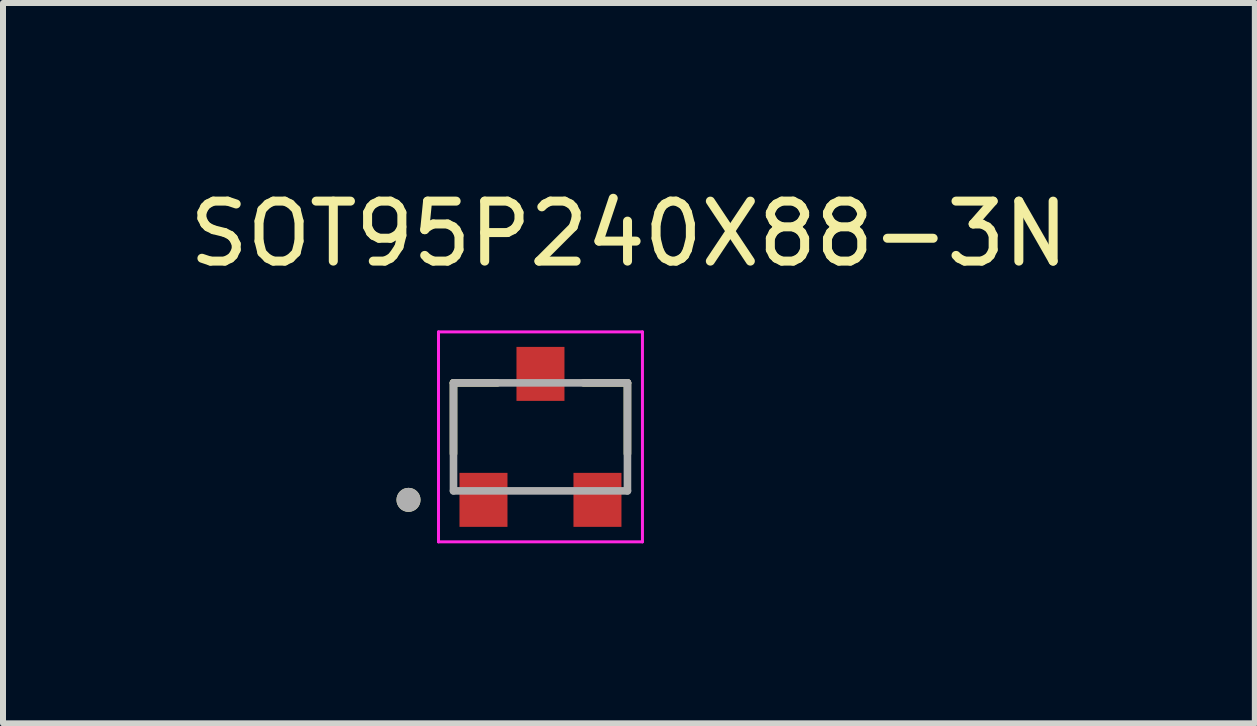
<source format=kicad_pcb>
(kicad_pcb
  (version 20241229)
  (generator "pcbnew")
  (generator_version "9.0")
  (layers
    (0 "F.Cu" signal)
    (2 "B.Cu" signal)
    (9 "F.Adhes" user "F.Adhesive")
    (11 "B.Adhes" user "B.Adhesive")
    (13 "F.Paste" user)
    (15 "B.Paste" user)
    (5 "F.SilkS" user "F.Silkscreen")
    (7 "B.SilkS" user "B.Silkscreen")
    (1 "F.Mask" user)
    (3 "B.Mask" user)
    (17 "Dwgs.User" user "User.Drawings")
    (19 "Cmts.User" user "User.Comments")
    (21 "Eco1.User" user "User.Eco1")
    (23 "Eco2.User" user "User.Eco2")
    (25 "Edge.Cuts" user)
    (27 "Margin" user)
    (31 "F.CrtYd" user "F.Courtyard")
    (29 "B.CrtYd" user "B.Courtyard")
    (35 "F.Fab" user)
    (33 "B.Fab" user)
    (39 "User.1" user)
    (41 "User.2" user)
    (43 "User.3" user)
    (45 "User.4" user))
  (footprint "SOT95P240X88-3N"
    (layer "F.Cu")
    (at 5.96 4.233)
    (property "Reference" "SOT95P240X88-3N" (at 1.475 -3.385 0) (layer "F.SilkS") (effects (font (size 1 1) (thickness 0.15))))
    (attr smd)
    (fp_line (start -1.45 -0.9) (end -0.72 -0.9) (stroke (width 0.127) (type solid)) (layer "F.SilkS"))
    (fp_line (start -1.45 0.28) (end -1.45 -0.9) (stroke (width 0.127) (type solid)) (layer "F.SilkS"))
    (fp_line (start 0.72 -0.9) (end 1.45 -0.9) (stroke (width 0.127) (type solid)) (layer "F.SilkS"))
    (fp_line (start 1.45 -0.9) (end 1.45 0.28) (stroke (width 0.127) (type solid)) (layer "F.SilkS"))
    (fp_circle (center -2.2 1.05) (end -2.1 1.05) (stroke (width 0.2) (type solid)) (fill no) (layer "F.SilkS"))
    (fp_line (start -1.7 -1.75) (end -1.7 1.75) (stroke (width 0.05) (type solid)) (layer "F.CrtYd"))
    (fp_line (start -1.7 1.75) (end 1.7 1.75) (stroke (width 0.05) (type solid)) (layer "F.CrtYd"))
    (fp_line (start 1.7 -1.75) (end -1.7 -1.75) (stroke (width 0.05) (type solid)) (layer "F.CrtYd"))
    (fp_line (start 1.7 1.75) (end 1.7 -1.75) (stroke (width 0.05) (type solid)) (layer "F.CrtYd"))
    (fp_line (start -1.45 -0.9) (end 1.45 -0.9) (stroke (width 0.127) (type solid)) (layer "F.Fab"))
    (fp_line (start -1.45 0.9) (end -1.45 -0.9) (stroke (width 0.127) (type solid)) (layer "F.Fab"))
    (fp_line (start 1.45 -0.9) (end 1.45 0.9) (stroke (width 0.127) (type solid)) (layer "F.Fab"))
    (fp_line (start 1.45 0.9) (end -1.45 0.9) (stroke (width 0.127) (type solid)) (layer "F.Fab"))
    (fp_circle (center -2.2 1.05) (end -2.1 1.05) (stroke (width 0.2) (type solid)) (fill no) (layer "F.Fab"))
    (pad "1" smd rect (at -0.95 1.05) (size 0.8 0.9) (layers "F.Cu" "F.Mask" "F.Paste"))
    (pad "2" smd rect (at 0.95 1.05) (size 0.8 0.9) (layers "F.Cu" "F.Mask" "F.Paste"))
    (pad "3" smd rect (at 0 -1.05) (size 0.8 0.9) (layers "F.Cu" "F.Mask" "F.Paste")))
  (gr_rect
    (start -3 -3)
    (end 17.869 9.008)
    (stroke (width 0.1) (type default))
    (fill no)
    (layer "Edge.Cuts")))
</source>
